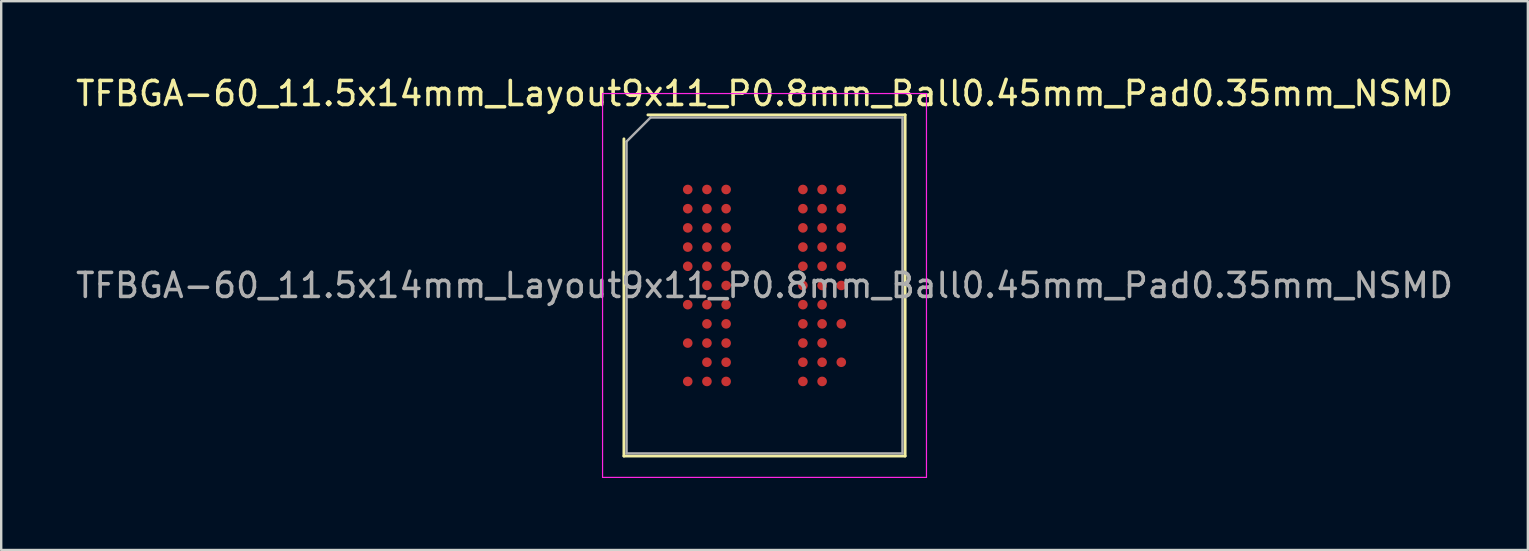
<source format=kicad_pcb>
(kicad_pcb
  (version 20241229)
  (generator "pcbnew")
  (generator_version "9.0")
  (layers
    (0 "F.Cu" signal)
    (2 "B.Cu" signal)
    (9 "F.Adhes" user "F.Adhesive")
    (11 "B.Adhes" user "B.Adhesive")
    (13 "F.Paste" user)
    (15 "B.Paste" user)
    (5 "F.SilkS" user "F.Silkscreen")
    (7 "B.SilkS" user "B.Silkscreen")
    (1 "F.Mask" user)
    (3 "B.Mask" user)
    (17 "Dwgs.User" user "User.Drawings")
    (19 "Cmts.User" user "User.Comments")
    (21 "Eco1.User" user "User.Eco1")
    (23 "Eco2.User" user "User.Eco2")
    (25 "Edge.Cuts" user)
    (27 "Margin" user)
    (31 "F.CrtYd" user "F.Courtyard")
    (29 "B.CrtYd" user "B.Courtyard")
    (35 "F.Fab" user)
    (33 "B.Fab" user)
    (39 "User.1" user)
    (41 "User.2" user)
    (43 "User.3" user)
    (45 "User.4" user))
  (footprint "TFBGA-60_11.5x14mm_Layout9x11_P0.8mm_Ball0.45mm_Pad0.35mm_NSMD"
    (layer "F.Cu")
    (at 28.815 8.848)
    (property "Reference" "TFBGA-60_11.5x14mm_Layout9x11_P0.8mm_Ball0.45mm_Pad0.35mm_NSMD" (at 0 -8 0) (layer "F.SilkS") (effects (font (size 1 1) (thickness 0.15))))
    (attr smd)
    (fp_line (start -5.86 7.11) (end -5.86 -6.11) (stroke (width 0.12) (type solid)) (layer "F.SilkS"))
    (fp_line (start -4.86 -7.11) (end 5.86 -7.11) (stroke (width 0.12) (type solid)) (layer "F.SilkS"))
    (fp_line (start 5.86 -7.11) (end 5.86 7.11) (stroke (width 0.12) (type solid)) (layer "F.SilkS"))
    (fp_line (start 5.86 7.11) (end -5.86 7.11) (stroke (width 0.12) (type solid)) (layer "F.SilkS"))
    (fp_line (start -6.75 -8) (end -6.75 8) (stroke (width 0.05) (type solid)) (layer "F.CrtYd"))
    (fp_line (start -6.75 8) (end 6.75 8) (stroke (width 0.05) (type solid)) (layer "F.CrtYd"))
    (fp_line (start 6.75 -8) (end -6.75 -8) (stroke (width 0.05) (type solid)) (layer "F.CrtYd"))
    (fp_line (start 6.75 8) (end 6.75 -8) (stroke (width 0.05) (type solid)) (layer "F.CrtYd"))
    (fp_line (start -5.75 -6) (end -4.75 -7) (stroke (width 0.1) (type solid)) (layer "F.Fab"))
    (fp_line (start -5.75 7) (end -5.75 -6) (stroke (width 0.1) (type solid)) (layer "F.Fab"))
    (fp_line (start -4.75 -7) (end 5.75 -7) (stroke (width 0.1) (type solid)) (layer "F.Fab"))
    (fp_line (start 5.75 -7) (end 5.75 7) (stroke (width 0.1) (type solid)) (layer "F.Fab"))
    (fp_line (start 5.75 7) (end -5.75 7) (stroke (width 0.1) (type solid)) (layer "F.Fab"))
    (fp_text user "${REFERENCE}" (at 0 0 0) (layer "F.Fab") (effects (font (size 1 1) (thickness 0.15))))
    (pad "A1" smd circle (at -3.2 -4) (size 0.4 0.4) (layers "F.Cu" "F.Mask" "F.Paste"))
    (pad "A2" smd circle (at -2.4 -4) (size 0.4 0.4) (layers "F.Cu" "F.Mask" "F.Paste"))
    (pad "A3" smd circle (at -1.6 -4) (size 0.4 0.4) (layers "F.Cu" "F.Mask" "F.Paste"))
    (pad "A7" smd circle (at 1.6 -4) (size 0.4 0.4) (layers "F.Cu" "F.Mask" "F.Paste"))
    (pad "A8" smd circle (at 2.4 -4) (size 0.4 0.4) (layers "F.Cu" "F.Mask" "F.Paste"))
    (pad "A9" smd circle (at 3.2 -4) (size 0.4 0.4) (layers "F.Cu" "F.Mask" "F.Paste"))
    (pad "B1" smd circle (at -3.2 -3.2) (size 0.4 0.4) (layers "F.Cu" "F.Mask" "F.Paste"))
    (pad "B2" smd circle (at -2.4 -3.2) (size 0.4 0.4) (layers "F.Cu" "F.Mask" "F.Paste"))
    (pad "B3" smd circle (at -1.6 -3.2) (size 0.4 0.4) (layers "F.Cu" "F.Mask" "F.Paste"))
    (pad "B7" smd circle (at 1.6 -3.2) (size 0.4 0.4) (layers "F.Cu" "F.Mask" "F.Paste"))
    (pad "B8" smd circle (at 2.4 -3.2) (size 0.4 0.4) (layers "F.Cu" "F.Mask" "F.Paste"))
    (pad "B9" smd circle (at 3.2 -3.2) (size 0.4 0.4) (layers "F.Cu" "F.Mask" "F.Paste"))
    (pad "C1" smd circle (at -3.2 -2.4) (size 0.4 0.4) (layers "F.Cu" "F.Mask" "F.Paste"))
    (pad "C2" smd circle (at -2.4 -2.4) (size 0.4 0.4) (layers "F.Cu" "F.Mask" "F.Paste"))
    (pad "C3" smd circle (at -1.6 -2.4) (size 0.4 0.4) (layers "F.Cu" "F.Mask" "F.Paste"))
    (pad "C7" smd circle (at 1.6 -2.4) (size 0.4 0.4) (layers "F.Cu" "F.Mask" "F.Paste"))
    (pad "C8" smd circle (at 2.4 -2.4) (size 0.4 0.4) (layers "F.Cu" "F.Mask" "F.Paste"))
    (pad "C9" smd circle (at 3.2 -2.4) (size 0.4 0.4) (layers "F.Cu" "F.Mask" "F.Paste"))
    (pad "D1" smd circle (at -3.2 -1.6) (size 0.4 0.4) (layers "F.Cu" "F.Mask" "F.Paste"))
    (pad "D2" smd circle (at -2.4 -1.6) (size 0.4 0.4) (layers "F.Cu" "F.Mask" "F.Paste"))
    (pad "D3" smd circle (at -1.6 -1.6) (size 0.4 0.4) (layers "F.Cu" "F.Mask" "F.Paste"))
    (pad "D7" smd circle (at 1.6 -1.6) (size 0.4 0.4) (layers "F.Cu" "F.Mask" "F.Paste"))
    (pad "D8" smd circle (at 2.4 -1.6) (size 0.4 0.4) (layers "F.Cu" "F.Mask" "F.Paste"))
    (pad "D9" smd circle (at 3.2 -1.6) (size 0.4 0.4) (layers "F.Cu" "F.Mask" "F.Paste"))
    (pad "E1" smd circle (at -3.2 -0.8) (size 0.4 0.4) (layers "F.Cu" "F.Mask" "F.Paste"))
    (pad "E2" smd circle (at -2.4 -0.8) (size 0.4 0.4) (layers "F.Cu" "F.Mask" "F.Paste"))
    (pad "E3" smd circle (at -1.6 -0.8) (size 0.4 0.4) (layers "F.Cu" "F.Mask" "F.Paste"))
    (pad "E7" smd circle (at 1.6 -0.8) (size 0.4 0.4) (layers "F.Cu" "F.Mask" "F.Paste"))
    (pad "E8" smd circle (at 2.4 -0.8) (size 0.4 0.4) (layers "F.Cu" "F.Mask" "F.Paste"))
    (pad "E9" smd circle (at 3.2 -0.8) (size 0.4 0.4) (layers "F.Cu" "F.Mask" "F.Paste"))
    (pad "F2" smd circle (at -2.4 0) (size 0.4 0.4) (layers "F.Cu" "F.Mask" "F.Paste"))
    (pad "F3" smd circle (at -1.6 0) (size 0.4 0.4) (layers "F.Cu" "F.Mask" "F.Paste"))
    (pad "F7" smd circle (at 1.6 0) (size 0.4 0.4) (layers "F.Cu" "F.Mask" "F.Paste"))
    (pad "F8" smd circle (at 2.4 0) (size 0.4 0.4) (layers "F.Cu" "F.Mask" "F.Paste"))
    (pad "F9" smd circle (at 3.2 0) (size 0.4 0.4) (layers "F.Cu" "F.Mask" "F.Paste"))
    (pad "G1" smd circle (at -3.2 0.8) (size 0.4 0.4) (layers "F.Cu" "F.Mask" "F.Paste"))
    (pad "G2" smd circle (at -2.4 0.8) (size 0.4 0.4) (layers "F.Cu" "F.Mask" "F.Paste"))
    (pad "G3" smd circle (at -1.6 0.8) (size 0.4 0.4) (layers "F.Cu" "F.Mask" "F.Paste"))
    (pad "G7" smd circle (at 1.6 0.8) (size 0.4 0.4) (layers "F.Cu" "F.Mask" "F.Paste"))
    (pad "G8" smd circle (at 2.4 0.8) (size 0.4 0.4) (layers "F.Cu" "F.Mask" "F.Paste"))
    (pad "H2" smd circle (at -2.4 1.6) (size 0.4 0.4) (layers "F.Cu" "F.Mask" "F.Paste"))
    (pad "H3" smd circle (at -1.6 1.6) (size 0.4 0.4) (layers "F.Cu" "F.Mask" "F.Paste"))
    (pad "H7" smd circle (at 1.6 1.6) (size 0.4 0.4) (layers "F.Cu" "F.Mask" "F.Paste"))
    (pad "H8" smd circle (at 2.4 1.6) (size 0.4 0.4) (layers "F.Cu" "F.Mask" "F.Paste"))
    (pad "H9" smd circle (at 3.2 1.6) (size 0.4 0.4) (layers "F.Cu" "F.Mask" "F.Paste"))
    (pad "J1" smd circle (at -3.2 2.4) (size 0.4 0.4) (layers "F.Cu" "F.Mask" "F.Paste"))
    (pad "J2" smd circle (at -2.4 2.4) (size 0.4 0.4) (layers "F.Cu" "F.Mask" "F.Paste"))
    (pad "J3" smd circle (at -1.6 2.4) (size 0.4 0.4) (layers "F.Cu" "F.Mask" "F.Paste"))
    (pad "J7" smd circle (at 1.6 2.4) (size 0.4 0.4) (layers "F.Cu" "F.Mask" "F.Paste"))
    (pad "J8" smd circle (at 2.4 2.4) (size 0.4 0.4) (layers "F.Cu" "F.Mask" "F.Paste"))
    (pad "K2" smd circle (at -2.4 3.2) (size 0.4 0.4) (layers "F.Cu" "F.Mask" "F.Paste"))
    (pad "K3" smd circle (at -1.6 3.2) (size 0.4 0.4) (layers "F.Cu" "F.Mask" "F.Paste"))
    (pad "K7" smd circle (at 1.6 3.2) (size 0.4 0.4) (layers "F.Cu" "F.Mask" "F.Paste"))
    (pad "K8" smd circle (at 2.4 3.2) (size 0.4 0.4) (layers "F.Cu" "F.Mask" "F.Paste"))
    (pad "K9" smd circle (at 3.2 3.2) (size 0.4 0.4) (layers "F.Cu" "F.Mask" "F.Paste"))
    (pad "L1" smd circle (at -3.2 4) (size 0.4 0.4) (layers "F.Cu" "F.Mask" "F.Paste"))
    (pad "L2" smd circle (at -2.4 4) (size 0.4 0.4) (layers "F.Cu" "F.Mask" "F.Paste"))
    (pad "L3" smd circle (at -1.6 4) (size 0.4 0.4) (layers "F.Cu" "F.Mask" "F.Paste"))
    (pad "L7" smd circle (at 1.6 4) (size 0.4 0.4) (layers "F.Cu" "F.Mask" "F.Paste"))
    (pad "L8" smd circle (at 2.4 4) (size 0.4 0.4) (layers "F.Cu" "F.Mask" "F.Paste")))
  (gr_rect
    (start -3 -3)
    (end 60.631 19.873)
    (stroke (width 0.1) (type default))
    (fill no)
    (layer "Edge.Cuts")))
</source>
